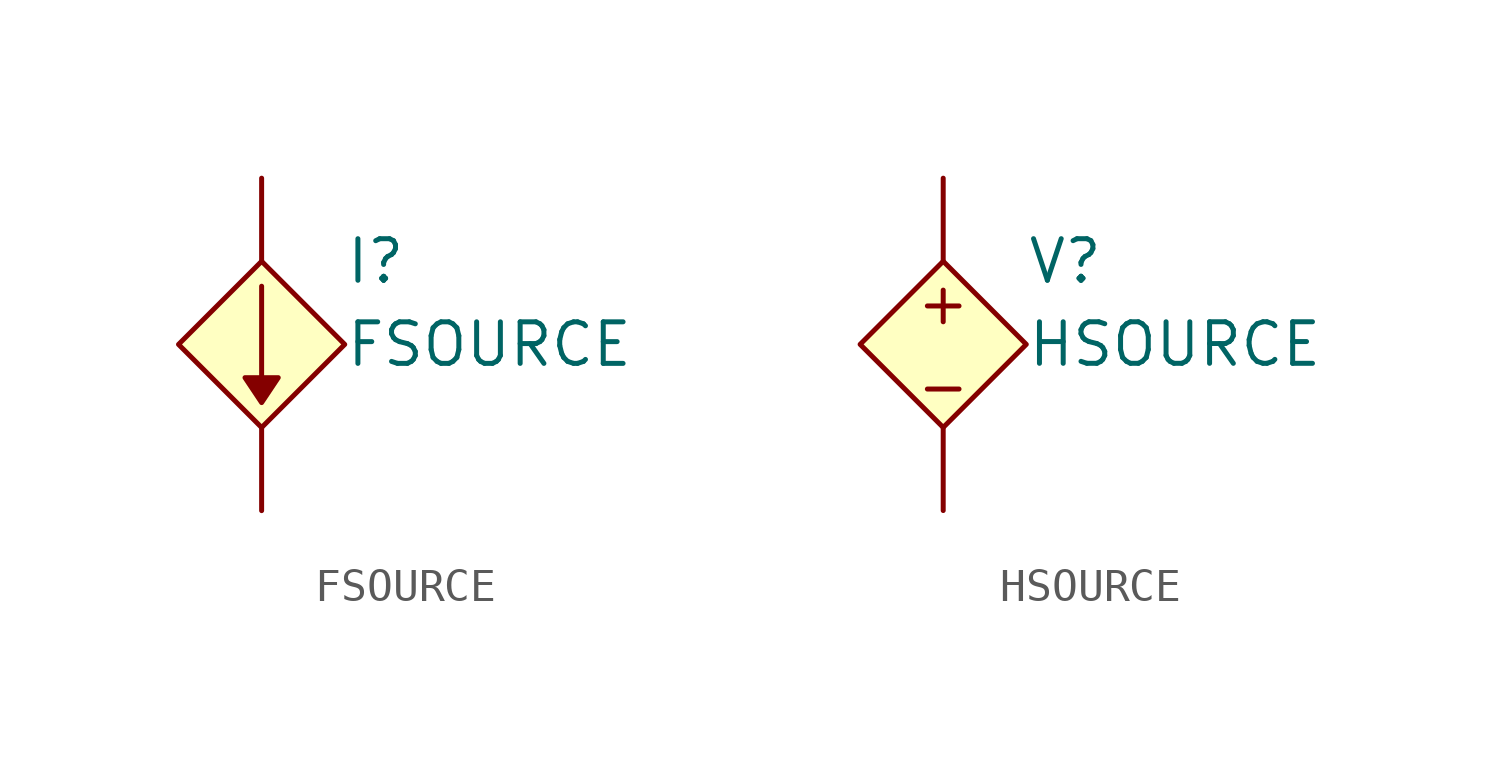
<source format=kicad_sym>
(kicad_symbol_lib
  (version 20231120)
  (generator "kicad_symbol_editor")
  (generator_version "8.0")
  (symbol "FSOURCE"
    (pin_numbers hide)
    (property "Reference" "I"
      (at 2.54 2.54 0)
      (effects (font (size 1.27 1.27)) (justify left)))
    (property "Value" "FSOURCE"
      (at 2.54 0 0)
      (effects (font (size 1.27 1.27)) (justify left)))
    (symbol "FSOURCE_0_0"
      (polyline (pts (xy 0.508 -1.016) (xy 0 -1.778) (xy -0.508 -1.016) (xy 0.508 -1.016)) (stroke (width 0.152) (type default)) (fill (type outline))))
    (symbol "FSOURCE_0_1"
      (polyline (pts (xy 0 1.778) (xy 0 -1.016)) (stroke (width 0) (type default)) (fill (type none))))
    (symbol "FSOURCE_1_0"
      (polyline (pts (xy 0 2.54) (xy -2.54 0) (xy 0 -2.54) (xy 2.54 0) (xy 0 2.54)) (stroke (width 0.152) (type default)) (fill (type background))))
    (symbol "FSOURCE_1_1"
      (pin passive line (at 0 5.08 270) (length 2.54) (name "~" (effects (font (size 1.27 1.27)))) (number "1" (effects (font (size 1.27 1.27)))))
      (pin passive line (at 0 -5.08 90) (length 2.54) (name "~" (effects (font (size 1.27 1.27)))) (number "2" (effects (font (size 1.27 1.27)))))))
  (symbol "HSOURCE"
    (pin_numbers hide)
    (property "Reference" "V"
      (at 2.54 2.54 0)
      (effects (font (size 1.27 1.27)) (justify left)))
    (property "Value" "HSOURCE"
      (at 2.54 0 0)
      (effects (font (size 1.27 1.27)) (justify left)))
    (symbol "HSOURCE_0_0"
      (text "+" (at 0 1.27 0) (effects (font (size 1.27 1.27))))
      (text "-" (at 0 -1.27 0) (effects (font (size 1.27 1.27)))))
    (symbol "HSOURCE_1_0"
      (polyline (pts (xy -2.54 0) (xy 0 2.54) (xy 2.54 0) (xy 0 -2.54) (xy -2.54 0)) (stroke (width 0.152) (type default)) (fill (type background))))
    (symbol "HSOURCE_1_1"
      (pin passive line (at 0 5.08 270) (length 2.54) (name "~" (effects (font (size 1.27 1.27)))) (number "1" (effects (font (size 1.27 1.27)))))
      (pin passive line (at 0 -5.08 90) (length 2.54) (name "~" (effects (font (size 1.27 1.27)))) (number "2" (effects (font (size 1.27 1.27))))))))
</source>
